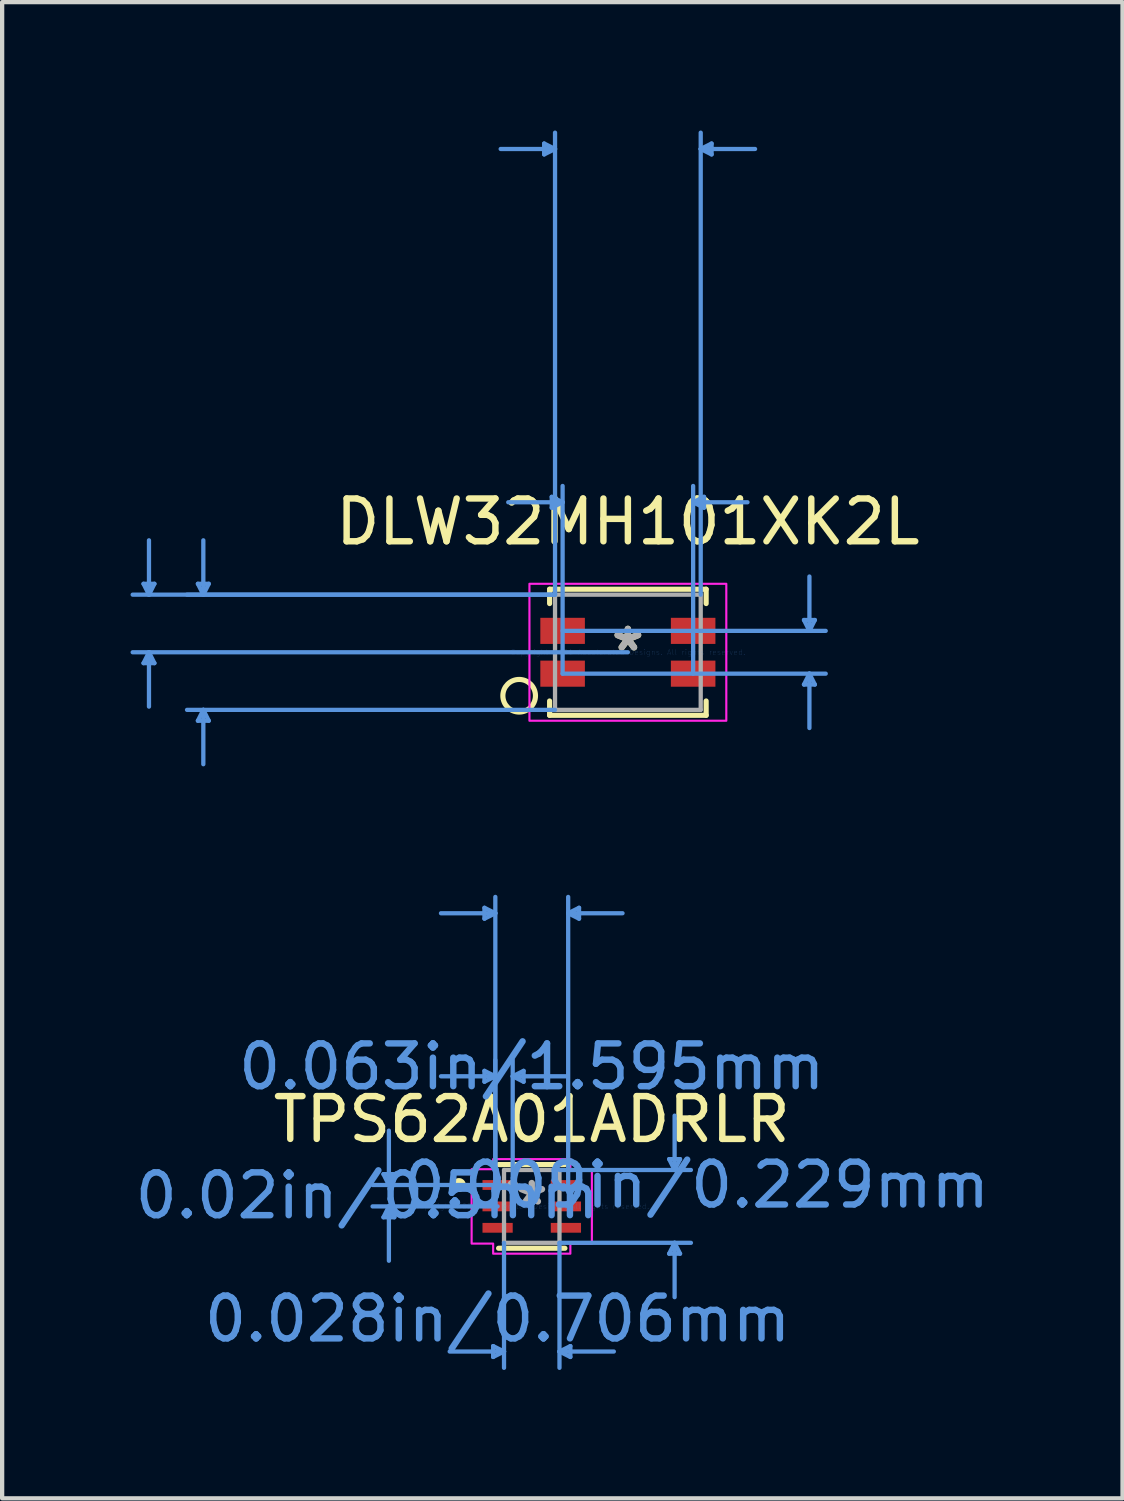
<source format=kicad_pcb>
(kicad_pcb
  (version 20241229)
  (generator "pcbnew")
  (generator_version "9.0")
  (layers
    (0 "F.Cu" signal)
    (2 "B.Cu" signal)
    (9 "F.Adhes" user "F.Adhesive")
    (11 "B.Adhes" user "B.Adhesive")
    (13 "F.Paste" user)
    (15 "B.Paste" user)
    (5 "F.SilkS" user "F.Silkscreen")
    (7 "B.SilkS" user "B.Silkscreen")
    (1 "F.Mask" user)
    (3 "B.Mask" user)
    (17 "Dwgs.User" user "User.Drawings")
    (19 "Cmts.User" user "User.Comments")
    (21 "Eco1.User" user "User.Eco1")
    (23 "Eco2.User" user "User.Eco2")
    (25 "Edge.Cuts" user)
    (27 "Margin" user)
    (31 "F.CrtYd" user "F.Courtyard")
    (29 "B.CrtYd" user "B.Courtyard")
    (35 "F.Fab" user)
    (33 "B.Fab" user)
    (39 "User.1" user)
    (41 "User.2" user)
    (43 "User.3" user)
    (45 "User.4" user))
  (footprint "DLW32MH101XK2L"
    (layer "F.Cu")
    (at 11.621 12.191)
    (property "Reference" "DLW32MH101XK2L" (at 0 -3.048 0) (layer "F.SilkS") (effects (font (size 1 1) (thickness 0.15))))
    (attr smd)
    (fp_line (start -1.829 -1.473) (end -1.829 -1.138) (stroke (width 0.12) (type solid)) (layer "F.SilkS"))
    (fp_line (start -1.829 1.138) (end -1.829 1.473) (stroke (width 0.12) (type solid)) (layer "F.SilkS"))
    (fp_line (start -1.829 1.473) (end 1.829 1.473) (stroke (width 0.12) (type solid)) (layer "F.SilkS"))
    (fp_line (start 1.829 -1.473) (end -1.829 -1.473) (stroke (width 0.12) (type solid)) (layer "F.SilkS"))
    (fp_line (start 1.829 -1.138) (end 1.829 -1.473) (stroke (width 0.12) (type solid)) (layer "F.SilkS"))
    (fp_line (start 1.829 1.473) (end 1.829 1.138) (stroke (width 0.12) (type solid)) (layer "F.SilkS"))
    (fp_circle (center -2.54 1.016) (end -2.159 1.016) (stroke (width 0.12) (type solid)) (fill no) (layer "F.SilkS"))
    (fp_line (start -11.317 -1.6) (end -11.063 -1.6) (stroke (width 0.1) (type solid)) (layer "Cmts.User"))
    (fp_line (start -11.317 0.254) (end -11.063 0.254) (stroke (width 0.1) (type solid)) (layer "Cmts.User"))
    (fp_line (start -11.19 -1.346) (end -11.317 -1.6) (stroke (width 0.1) (type solid)) (layer "Cmts.User"))
    (fp_line (start -11.19 -1.346) (end -11.19 -2.616) (stroke (width 0.1) (type solid)) (layer "Cmts.User"))
    (fp_line (start -11.19 -1.346) (end -11.063 -1.6) (stroke (width 0.1) (type solid)) (layer "Cmts.User"))
    (fp_line (start -11.19 0) (end -11.317 0.254) (stroke (width 0.1) (type solid)) (layer "Cmts.User"))
    (fp_line (start -11.19 0) (end -11.19 1.27) (stroke (width 0.1) (type solid)) (layer "Cmts.User"))
    (fp_line (start -11.19 0) (end -11.063 0.254) (stroke (width 0.1) (type solid)) (layer "Cmts.User"))
    (fp_line (start -10.047 -1.6) (end -9.793 -1.6) (stroke (width 0.1) (type solid)) (layer "Cmts.User"))
    (fp_line (start -10.047 1.6) (end -9.793 1.6) (stroke (width 0.1) (type solid)) (layer "Cmts.User"))
    (fp_line (start -9.92 -1.346) (end -10.047 -1.6) (stroke (width 0.1) (type solid)) (layer "Cmts.User"))
    (fp_line (start -9.92 -1.346) (end -9.92 -2.616) (stroke (width 0.1) (type solid)) (layer "Cmts.User"))
    (fp_line (start -9.92 -1.346) (end -9.793 -1.6) (stroke (width 0.1) (type solid)) (layer "Cmts.User"))
    (fp_line (start -9.92 1.346) (end -10.047 1.6) (stroke (width 0.1) (type solid)) (layer "Cmts.User"))
    (fp_line (start -9.92 1.346) (end -9.92 2.616) (stroke (width 0.1) (type solid)) (layer "Cmts.User"))
    (fp_line (start -9.92 1.346) (end -9.793 1.6) (stroke (width 0.1) (type solid)) (layer "Cmts.User"))
    (fp_line (start -1.956 -11.887) (end -1.956 -11.633) (stroke (width 0.1) (type solid)) (layer "Cmts.User"))
    (fp_line (start -1.779 -3.632) (end -1.779 -3.378) (stroke (width 0.1) (type solid)) (layer "Cmts.User"))
    (fp_line (start -1.702 -11.76) (end -2.972 -11.76) (stroke (width 0.1) (type solid)) (layer "Cmts.User"))
    (fp_line (start -1.702 -11.76) (end -1.956 -11.887) (stroke (width 0.1) (type solid)) (layer "Cmts.User"))
    (fp_line (start -1.702 -11.76) (end -1.956 -11.633) (stroke (width 0.1) (type solid)) (layer "Cmts.User"))
    (fp_line (start -1.702 -1.346) (end -11.571 -1.346) (stroke (width 0.1) (type solid)) (layer "Cmts.User"))
    (fp_line (start -1.702 -1.346) (end -10.301 -1.346) (stroke (width 0.1) (type solid)) (layer "Cmts.User"))
    (fp_line (start -1.702 -1.346) (end -1.702 -12.141) (stroke (width 0.1) (type solid)) (layer "Cmts.User"))
    (fp_line (start -1.702 1.346) (end -10.301 1.346) (stroke (width 0.1) (type solid)) (layer "Cmts.User"))
    (fp_line (start -1.525 -3.505) (end -2.795 -3.505) (stroke (width 0.1) (type solid)) (layer "Cmts.User"))
    (fp_line (start -1.525 -3.505) (end -1.779 -3.632) (stroke (width 0.1) (type solid)) (layer "Cmts.User"))
    (fp_line (start -1.525 -3.505) (end -1.779 -3.378) (stroke (width 0.1) (type solid)) (layer "Cmts.User"))
    (fp_line (start -1.525 -0.5) (end 4.623 -0.5) (stroke (width 0.1) (type solid)) (layer "Cmts.User"))
    (fp_line (start -1.525 0.5) (end -1.525 -3.886) (stroke (width 0.1) (type solid)) (layer "Cmts.User"))
    (fp_line (start -1.525 0.5) (end 4.623 0.5) (stroke (width 0.1) (type solid)) (layer "Cmts.User"))
    (fp_line (start 0 0) (end -11.571 0) (stroke (width 0.1) (type solid)) (layer "Cmts.User"))
    (fp_line (start 1.525 -3.505) (end 1.779 -3.632) (stroke (width 0.1) (type solid)) (layer "Cmts.User"))
    (fp_line (start 1.525 -3.505) (end 1.779 -3.378) (stroke (width 0.1) (type solid)) (layer "Cmts.User"))
    (fp_line (start 1.525 -3.505) (end 2.795 -3.505) (stroke (width 0.1) (type solid)) (layer "Cmts.User"))
    (fp_line (start 1.525 0.5) (end 1.525 -3.886) (stroke (width 0.1) (type solid)) (layer "Cmts.User"))
    (fp_line (start 1.702 -11.76) (end 1.956 -11.887) (stroke (width 0.1) (type solid)) (layer "Cmts.User"))
    (fp_line (start 1.702 -11.76) (end 1.956 -11.633) (stroke (width 0.1) (type solid)) (layer "Cmts.User"))
    (fp_line (start 1.702 -11.76) (end 2.972 -11.76) (stroke (width 0.1) (type solid)) (layer "Cmts.User"))
    (fp_line (start 1.702 -1.346) (end 1.702 -12.141) (stroke (width 0.1) (type solid)) (layer "Cmts.User"))
    (fp_line (start 1.779 -3.632) (end 1.779 -3.378) (stroke (width 0.1) (type solid)) (layer "Cmts.User"))
    (fp_line (start 1.956 -11.887) (end 1.956 -11.633) (stroke (width 0.1) (type solid)) (layer "Cmts.User"))
    (fp_line (start 4.115 -0.754) (end 4.369 -0.754) (stroke (width 0.1) (type solid)) (layer "Cmts.User"))
    (fp_line (start 4.115 0.754) (end 4.369 0.754) (stroke (width 0.1) (type solid)) (layer "Cmts.User"))
    (fp_line (start 4.242 -0.5) (end 4.115 -0.754) (stroke (width 0.1) (type solid)) (layer "Cmts.User"))
    (fp_line (start 4.242 -0.5) (end 4.242 -1.77) (stroke (width 0.1) (type solid)) (layer "Cmts.User"))
    (fp_line (start 4.242 -0.5) (end 4.369 -0.754) (stroke (width 0.1) (type solid)) (layer "Cmts.User"))
    (fp_line (start 4.242 0.5) (end 4.115 0.754) (stroke (width 0.1) (type solid)) (layer "Cmts.User"))
    (fp_line (start 4.242 0.5) (end 4.242 1.77) (stroke (width 0.1) (type solid)) (layer "Cmts.User"))
    (fp_line (start 4.242 0.5) (end 4.369 0.754) (stroke (width 0.1) (type solid)) (layer "Cmts.User"))
    (fp_poly (pts (xy -2.3 -1.6) (xy 2.3 -1.6) (xy 2.3 1.6) (xy -2.3 1.6)) (stroke (width 0.05) (type solid)) (fill no) (layer "F.CrtYd"))
    (fp_line (start -1.702 -1.346) (end -1.702 1.346) (stroke (width 0.1) (type solid)) (layer "F.Fab"))
    (fp_line (start -1.702 1.346) (end 1.702 1.346) (stroke (width 0.1) (type solid)) (layer "F.Fab"))
    (fp_line (start 1.702 -1.346) (end -1.702 -1.346) (stroke (width 0.1) (type solid)) (layer "F.Fab"))
    (fp_line (start 1.702 1.346) (end 1.702 -1.346) (stroke (width 0.1) (type solid)) (layer "F.Fab"))
    (fp_text user "*" (at 0 0 0) (layer "F.SilkS") (effects (font (size 1 1) (thickness 0.15))))
    (fp_text user "Copyright 2021 Accelerated Designs. All rights reserved." (at 0 0 0) (layer "Cmts.User") (effects (font (size 0.127 0.127) (thickness 0.002))))
    (fp_text user "*" (at 0 0 0) (layer "F.Fab") (effects (font (size 1 1) (thickness 0.15))))
    (pad "1" smd rect (at -1.525 0.5) (size 1.041 0.61) (layers "F.Cu" "F.Mask" "F.Paste"))
    (pad "2" smd rect (at 1.525 0.5) (size 1.041 0.61) (layers "F.Cu" "F.Mask" "F.Paste"))
    (pad "3" smd rect (at 1.525 -0.5) (size 1.041 0.61) (layers "F.Cu" "F.Mask" "F.Paste"))
    (pad "4" smd rect (at -1.525 -0.5) (size 1.041 0.61) (layers "F.Cu" "F.Mask" "F.Paste")))
  (footprint "TPS62A01ADRLR"
    (layer "F.Cu")
    (at 9.375 25.139)
    (property "Reference" "TPS62A01ADRLR" (at 0 -2.032 0) (layer "F.SilkS") (effects (font (size 1 1) (thickness 0.15))))
    (attr smd)
    (fp_line (start -0.775 0.978) (end 0.775 0.978) (stroke (width 0.12) (type solid)) (layer "F.SilkS"))
    (fp_line (start 0.775 -0.978) (end -0.775 -0.978) (stroke (width 0.12) (type solid)) (layer "F.SilkS"))
    (fp_circle (center -1.702 -0.5) (end -1.6 -0.5) (stroke (width 0.12) (type solid)) (fill no) (layer "F.SilkS"))
    (fp_line (start -3.465 -0.754) (end -3.211 -0.754) (stroke (width 0.1) (type solid)) (layer "Cmts.User"))
    (fp_line (start -3.465 0.254) (end -3.211 0.254) (stroke (width 0.1) (type solid)) (layer "Cmts.User"))
    (fp_line (start -3.338 -0.5) (end -3.465 -0.754) (stroke (width 0.1) (type solid)) (layer "Cmts.User"))
    (fp_line (start -3.338 -0.5) (end -3.338 -1.77) (stroke (width 0.1) (type solid)) (layer "Cmts.User"))
    (fp_line (start -3.338 -0.5) (end -3.211 -0.754) (stroke (width 0.1) (type solid)) (layer "Cmts.User"))
    (fp_line (start -3.338 0) (end -3.465 0.254) (stroke (width 0.1) (type solid)) (layer "Cmts.User"))
    (fp_line (start -3.338 0) (end -3.338 1.27) (stroke (width 0.1) (type solid)) (layer "Cmts.User"))
    (fp_line (start -3.338 0) (end -3.211 0.254) (stroke (width 0.1) (type solid)) (layer "Cmts.User"))
    (fp_line (start -1.105 -6.977) (end -1.105 -6.723) (stroke (width 0.1) (type solid)) (layer "Cmts.User"))
    (fp_line (start -1.105 -3.167) (end -1.105 -2.913) (stroke (width 0.1) (type solid)) (layer "Cmts.User"))
    (fp_line (start -0.902 3.264) (end -0.902 3.518) (stroke (width 0.1) (type solid)) (layer "Cmts.User"))
    (fp_line (start -0.851 -6.85) (end -2.121 -6.85) (stroke (width 0.1) (type solid)) (layer "Cmts.User"))
    (fp_line (start -0.851 -6.85) (end -1.105 -6.977) (stroke (width 0.1) (type solid)) (layer "Cmts.User"))
    (fp_line (start -0.851 -6.85) (end -1.105 -6.723) (stroke (width 0.1) (type solid)) (layer "Cmts.User"))
    (fp_line (start -0.851 -3.04) (end -2.121 -3.04) (stroke (width 0.1) (type solid)) (layer "Cmts.User"))
    (fp_line (start -0.851 -3.04) (end -1.105 -3.167) (stroke (width 0.1) (type solid)) (layer "Cmts.User"))
    (fp_line (start -0.851 -3.04) (end -1.105 -2.913) (stroke (width 0.1) (type solid)) (layer "Cmts.User"))
    (fp_line (start -0.851 -0.5) (end -0.851 -7.231) (stroke (width 0.1) (type solid)) (layer "Cmts.User"))
    (fp_line (start -0.851 -0.5) (end -0.851 -3.421) (stroke (width 0.1) (type solid)) (layer "Cmts.User"))
    (fp_line (start -0.798 -0.5) (end -3.719 -0.5) (stroke (width 0.1) (type solid)) (layer "Cmts.User"))
    (fp_line (start -0.798 0) (end -3.719 0) (stroke (width 0.1) (type solid)) (layer "Cmts.User"))
    (fp_line (start -0.648 0.851) (end -0.648 3.772) (stroke (width 0.1) (type solid)) (layer "Cmts.User"))
    (fp_line (start -0.648 3.391) (end -1.918 3.391) (stroke (width 0.1) (type solid)) (layer "Cmts.User"))
    (fp_line (start -0.648 3.391) (end -0.902 3.264) (stroke (width 0.1) (type solid)) (layer "Cmts.User"))
    (fp_line (start -0.648 3.391) (end -0.902 3.518) (stroke (width 0.1) (type solid)) (layer "Cmts.User"))
    (fp_line (start -0.445 -3.04) (end -0.191 -3.167) (stroke (width 0.1) (type solid)) (layer "Cmts.User"))
    (fp_line (start -0.445 -3.04) (end -0.191 -2.913) (stroke (width 0.1) (type solid)) (layer "Cmts.User"))
    (fp_line (start -0.445 -3.04) (end 0.826 -3.04) (stroke (width 0.1) (type solid)) (layer "Cmts.User"))
    (fp_line (start -0.445 -0.5) (end -0.445 -3.421) (stroke (width 0.1) (type solid)) (layer "Cmts.User"))
    (fp_line (start -0.191 -3.167) (end -0.191 -2.913) (stroke (width 0.1) (type solid)) (layer "Cmts.User"))
    (fp_line (start 0.648 -0.851) (end 3.719 -0.851) (stroke (width 0.1) (type solid)) (layer "Cmts.User"))
    (fp_line (start 0.648 0.851) (end 0.648 3.772) (stroke (width 0.1) (type solid)) (layer "Cmts.User"))
    (fp_line (start 0.648 0.851) (end 3.719 0.851) (stroke (width 0.1) (type solid)) (layer "Cmts.User"))
    (fp_line (start 0.648 3.391) (end 0.902 3.264) (stroke (width 0.1) (type solid)) (layer "Cmts.User"))
    (fp_line (start 0.648 3.391) (end 0.902 3.518) (stroke (width 0.1) (type solid)) (layer "Cmts.User"))
    (fp_line (start 0.648 3.391) (end 1.918 3.391) (stroke (width 0.1) (type solid)) (layer "Cmts.User"))
    (fp_line (start 0.851 -6.85) (end 1.105 -6.977) (stroke (width 0.1) (type solid)) (layer "Cmts.User"))
    (fp_line (start 0.851 -6.85) (end 1.105 -6.723) (stroke (width 0.1) (type solid)) (layer "Cmts.User"))
    (fp_line (start 0.851 -6.85) (end 2.121 -6.85) (stroke (width 0.1) (type solid)) (layer "Cmts.User"))
    (fp_line (start 0.851 -0.5) (end 0.851 -7.231) (stroke (width 0.1) (type solid)) (layer "Cmts.User"))
    (fp_line (start 0.902 3.264) (end 0.902 3.518) (stroke (width 0.1) (type solid)) (layer "Cmts.User"))
    (fp_line (start 1.105 -6.977) (end 1.105 -6.723) (stroke (width 0.1) (type solid)) (layer "Cmts.User"))
    (fp_line (start 3.211 -1.105) (end 3.465 -1.105) (stroke (width 0.1) (type solid)) (layer "Cmts.User"))
    (fp_line (start 3.211 1.105) (end 3.465 1.105) (stroke (width 0.1) (type solid)) (layer "Cmts.User"))
    (fp_line (start 3.338 -0.851) (end 3.211 -1.105) (stroke (width 0.1) (type solid)) (layer "Cmts.User"))
    (fp_line (start 3.338 -0.851) (end 3.338 -2.121) (stroke (width 0.1) (type solid)) (layer "Cmts.User"))
    (fp_line (start 3.338 -0.851) (end 3.465 -1.105) (stroke (width 0.1) (type solid)) (layer "Cmts.User"))
    (fp_line (start 3.338 0.851) (end 3.211 1.105) (stroke (width 0.1) (type solid)) (layer "Cmts.User"))
    (fp_line (start 3.338 0.851) (end 3.338 2.121) (stroke (width 0.1) (type solid)) (layer "Cmts.User"))
    (fp_line (start 3.338 0.851) (end 3.465 1.105) (stroke (width 0.1) (type solid)) (layer "Cmts.User"))
    (fp_poly (pts (xy -0.902 -1.105) (xy 0.902 -1.105) (xy 0.902 -0.869) (xy 1.405 -0.869) (xy 1.405 0.869) (xy 0.902 0.869) (xy 0.902 1.105) (xy -0.902 1.105) (xy -0.902 0.869) (xy -1.405 0.869) (xy -1.405 -0.869) (xy -0.902 -0.869)) (stroke (width 0.05) (type solid)) (fill no) (layer "F.CrtYd"))
    (fp_line (start -0.648 -0.851) (end -0.648 0.851) (stroke (width 0.1) (type solid)) (layer "F.Fab"))
    (fp_line (start -0.648 0.851) (end 0.648 0.851) (stroke (width 0.1) (type solid)) (layer "F.Fab"))
    (fp_line (start 0.648 -0.851) (end -0.648 -0.851) (stroke (width 0.1) (type solid)) (layer "F.Fab"))
    (fp_line (start 0.648 0.851) (end 0.648 -0.851) (stroke (width 0.1) (type solid)) (layer "F.Fab"))
    (fp_circle (center -0.445 -0.5) (end -0.368 -0.5) (stroke (width 0.1) (type solid)) (fill no) (layer "F.Fab"))
    (fp_text user "0.02in/0.5mm" (at -3.846 -0.25 0) (layer "Cmts.User") (effects (font (size 1 1) (thickness 0.15))))
    (fp_text user "Copyright 2021 Accelerated Designs. All rights reserved." (at 0 0 0) (layer "Cmts.User") (effects (font (size 0.127 0.127) (thickness 0.002))))
    (fp_text user "0.028in/0.706mm" (at -0.798 2.629 0) (layer "Cmts.User") (effects (font (size 1 1) (thickness 0.15))))
    (fp_text user "0.009in/0.229mm" (at 3.846 -0.5 0) (layer "Cmts.User") (effects (font (size 1 1) (thickness 0.15))))
    (fp_text user "0.063in/1.595mm" (at 0 -3.264 0) (layer "Cmts.User") (effects (font (size 1 1) (thickness 0.15))))
    (fp_text user "*" (at 0 0 0) (layer "F.Fab") (effects (font (size 1 1) (thickness 0.15))))
    (pad "1" smd rect (at -0.798 -0.5) (size 0.706 0.229) (layers "F.Cu" "F.Mask" "F.Paste"))
    (pad "2" smd rect (at -0.798 0) (size 0.706 0.229) (layers "F.Cu" "F.Mask" "F.Paste"))
    (pad "3" smd rect (at -0.798 0.5) (size 0.706 0.229) (layers "F.Cu" "F.Mask" "F.Paste"))
    (pad "4" smd rect (at 0.798 0.5) (size 0.706 0.229) (layers "F.Cu" "F.Mask" "F.Paste"))
    (pad "5" smd rect (at 0.798 0) (size 0.706 0.229) (layers "F.Cu" "F.Mask" "F.Paste"))
    (pad "6" smd rect (at 0.798 -0.5) (size 0.706 0.229) (layers "F.Cu" "F.Mask" "F.Paste")))
  (gr_rect
    (start -3 -3)
    (end 23.179 31.96)
    (stroke (width 0.1) (type default))
    (fill no)
    (layer "Edge.Cuts")))
</source>
